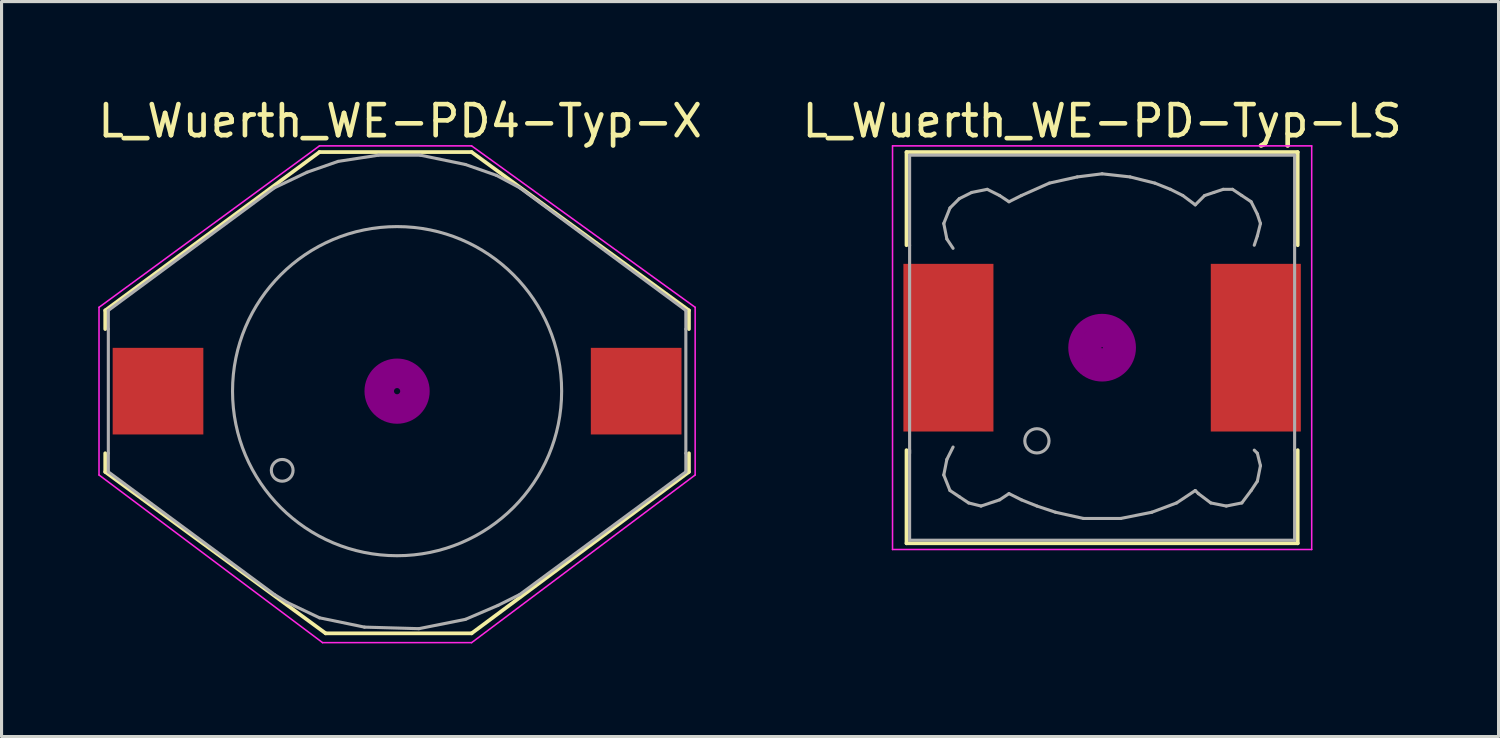
<source format=kicad_pcb>
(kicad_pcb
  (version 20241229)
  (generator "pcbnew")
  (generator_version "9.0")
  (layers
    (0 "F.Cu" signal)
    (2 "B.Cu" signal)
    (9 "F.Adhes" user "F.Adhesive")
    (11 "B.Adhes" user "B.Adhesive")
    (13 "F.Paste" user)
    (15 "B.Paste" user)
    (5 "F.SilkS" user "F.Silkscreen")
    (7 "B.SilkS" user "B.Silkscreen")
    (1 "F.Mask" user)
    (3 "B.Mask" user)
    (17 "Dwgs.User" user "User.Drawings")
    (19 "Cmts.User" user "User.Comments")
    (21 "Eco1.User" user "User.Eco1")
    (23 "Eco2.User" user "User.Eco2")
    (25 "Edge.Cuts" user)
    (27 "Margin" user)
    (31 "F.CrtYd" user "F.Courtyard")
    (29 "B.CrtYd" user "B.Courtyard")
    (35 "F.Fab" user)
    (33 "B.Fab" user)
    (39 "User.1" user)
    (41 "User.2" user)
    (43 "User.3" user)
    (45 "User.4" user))
  (footprint "L_Wuerth_WE-PD-Typ-LS"
    (layer "F.Cu")
    (at 32.446 8.148)
    (property "Reference" "L_Wuerth_WE-PD-Typ-LS" (at 0 -7.3 0) (layer "F.SilkS") (effects (font (size 1 1) (thickness 0.15))))
    (attr smd)
    (fp_line (start -6.3 -6.3) (end 6.3 -6.3) (stroke (width 0.12) (type solid)) (layer "F.SilkS"))
    (fp_line (start -6.3 -3.3) (end -6.3 -6.3) (stroke (width 0.12) (type solid)) (layer "F.SilkS"))
    (fp_line (start -6.3 6.3) (end -6.3 3.3) (stroke (width 0.12) (type solid)) (layer "F.SilkS"))
    (fp_line (start 6.3 -6.3) (end 6.3 -3.3) (stroke (width 0.12) (type solid)) (layer "F.SilkS"))
    (fp_line (start 6.3 3.3) (end 6.3 6.3) (stroke (width 0.12) (type solid)) (layer "F.SilkS"))
    (fp_line (start 6.3 6.3) (end -6.3 6.3) (stroke (width 0.12) (type solid)) (layer "F.SilkS"))
    (fp_circle (center 0 0) (end 0.15 0.15) (stroke (width 0.38) (type solid)) (fill no) (layer "F.Adhes"))
    (fp_circle (center 0 0) (end 0.55 0) (stroke (width 0.38) (type solid)) (fill no) (layer "F.Adhes"))
    (fp_circle (center 0 0) (end 0.9 0) (stroke (width 0.38) (type solid)) (fill no) (layer "F.Adhes"))
    (fp_line (start -6.75 -6.5) (end 6.75 -6.5) (stroke (width 0.05) (type solid)) (layer "F.CrtYd"))
    (fp_line (start -6.75 6.5) (end -6.75 -6.5) (stroke (width 0.05) (type solid)) (layer "F.CrtYd"))
    (fp_line (start 6.75 -6.5) (end 6.75 6.5) (stroke (width 0.05) (type solid)) (layer "F.CrtYd"))
    (fp_line (start 6.75 6.5) (end -6.75 6.5) (stroke (width 0.05) (type solid)) (layer "F.CrtYd"))
    (fp_line (start -6.2 -6.2) (end -6.2 -3.3) (stroke (width 0.1) (type solid)) (layer "F.Fab"))
    (fp_line (start -6.2 -3.3) (end -6.2 3.4) (stroke (width 0.1) (type solid)) (layer "F.Fab"))
    (fp_line (start -6.2 3.3) (end -6.2 6.2) (stroke (width 0.1) (type solid)) (layer "F.Fab"))
    (fp_line (start -6.2 6.2) (end 6.2 6.2) (stroke (width 0.1) (type solid)) (layer "F.Fab"))
    (fp_line (start -5.1 -4) (end -5 -3.5) (stroke (width 0.1) (type solid)) (layer "F.Fab"))
    (fp_line (start -5.1 4.1) (end -5 3.6) (stroke (width 0.1) (type solid)) (layer "F.Fab"))
    (fp_line (start -5 -3.5) (end -4.8 -3.2) (stroke (width 0.1) (type solid)) (layer "F.Fab"))
    (fp_line (start -5 3.6) (end -4.8 3.2) (stroke (width 0.1) (type solid)) (layer "F.Fab"))
    (fp_line (start -4.9 -4.5) (end -5.1 -4) (stroke (width 0.1) (type solid)) (layer "F.Fab"))
    (fp_line (start -4.9 4.6) (end -5.1 4.1) (stroke (width 0.1) (type solid)) (layer "F.Fab"))
    (fp_line (start -4.6 -4.8) (end -4.9 -4.5) (stroke (width 0.1) (type solid)) (layer "F.Fab"))
    (fp_line (start -4.6 4.8) (end -4.9 4.6) (stroke (width 0.1) (type solid)) (layer "F.Fab"))
    (fp_line (start -4.3 5) (end -4.6 4.8) (stroke (width 0.1) (type solid)) (layer "F.Fab"))
    (fp_line (start -4.2 -5) (end -4.6 -4.8) (stroke (width 0.1) (type solid)) (layer "F.Fab"))
    (fp_line (start -3.9 5.1) (end -4.3 5) (stroke (width 0.1) (type solid)) (layer "F.Fab"))
    (fp_line (start -3.7 -5.1) (end -4.2 -5) (stroke (width 0.1) (type solid)) (layer "F.Fab"))
    (fp_line (start -3.3 -4.9) (end -3.7 -5.1) (stroke (width 0.1) (type solid)) (layer "F.Fab"))
    (fp_line (start -3.3 4.9) (end -3.9 5.1) (stroke (width 0.1) (type solid)) (layer "F.Fab"))
    (fp_line (start -3 -4.7) (end -3.3 -4.9) (stroke (width 0.1) (type solid)) (layer "F.Fab"))
    (fp_line (start -3 4.7) (end -3.3 4.9) (stroke (width 0.1) (type solid)) (layer "F.Fab"))
    (fp_line (start -2.6 -4.9) (end -3 -4.7) (stroke (width 0.1) (type solid)) (layer "F.Fab"))
    (fp_line (start -2.6 4.9) (end -3 4.7) (stroke (width 0.1) (type solid)) (layer "F.Fab"))
    (fp_line (start -2.1 5.1) (end -2.6 4.9) (stroke (width 0.1) (type solid)) (layer "F.Fab"))
    (fp_line (start -1.7 -5.3) (end -2.6 -4.9) (stroke (width 0.1) (type solid)) (layer "F.Fab"))
    (fp_line (start -1.5 5.3) (end -2.1 5.1) (stroke (width 0.1) (type solid)) (layer "F.Fab"))
    (fp_line (start -0.8 -5.5) (end -1.7 -5.3) (stroke (width 0.1) (type solid)) (layer "F.Fab"))
    (fp_line (start -0.6 5.5) (end -1.5 5.3) (stroke (width 0.1) (type solid)) (layer "F.Fab"))
    (fp_line (start 0 -5.6) (end -0.8 -5.5) (stroke (width 0.1) (type solid)) (layer "F.Fab"))
    (fp_line (start 0.6 5.5) (end -0.6 5.5) (stroke (width 0.1) (type solid)) (layer "F.Fab"))
    (fp_line (start 0.9 -5.5) (end 0 -5.6) (stroke (width 0.1) (type solid)) (layer "F.Fab"))
    (fp_line (start 1.6 5.3) (end 0.6 5.5) (stroke (width 0.1) (type solid)) (layer "F.Fab"))
    (fp_line (start 1.7 -5.3) (end 0.9 -5.5) (stroke (width 0.1) (type solid)) (layer "F.Fab"))
    (fp_line (start 2.2 -5.1) (end 1.7 -5.3) (stroke (width 0.1) (type solid)) (layer "F.Fab"))
    (fp_line (start 2.4 5) (end 1.6 5.3) (stroke (width 0.1) (type solid)) (layer "F.Fab"))
    (fp_line (start 2.6 -4.9) (end 2.2 -5.1) (stroke (width 0.1) (type solid)) (layer "F.Fab"))
    (fp_line (start 3 -4.6) (end 2.6 -4.9) (stroke (width 0.1) (type solid)) (layer "F.Fab"))
    (fp_line (start 3 4.6) (end 2.4 5) (stroke (width 0.1) (type solid)) (layer "F.Fab"))
    (fp_line (start 3.1 4.7) (end 3 4.6) (stroke (width 0.1) (type solid)) (layer "F.Fab"))
    (fp_line (start 3.3 -4.9) (end 3 -4.6) (stroke (width 0.1) (type solid)) (layer "F.Fab"))
    (fp_line (start 3.5 5) (end 3.1 4.7) (stroke (width 0.1) (type solid)) (layer "F.Fab"))
    (fp_line (start 3.6 -5) (end 3.3 -4.9) (stroke (width 0.1) (type solid)) (layer "F.Fab"))
    (fp_line (start 3.9 -5.1) (end 3.6 -5) (stroke (width 0.1) (type solid)) (layer "F.Fab"))
    (fp_line (start 4 5.1) (end 3.5 5) (stroke (width 0.1) (type solid)) (layer "F.Fab"))
    (fp_line (start 4.2 -5.1) (end 3.9 -5.1) (stroke (width 0.1) (type solid)) (layer "F.Fab"))
    (fp_line (start 4.5 -4.9) (end 4.2 -5.1) (stroke (width 0.1) (type solid)) (layer "F.Fab"))
    (fp_line (start 4.5 5) (end 4 5.1) (stroke (width 0.1) (type solid)) (layer "F.Fab"))
    (fp_line (start 4.8 -4.7) (end 4.5 -4.9) (stroke (width 0.1) (type solid)) (layer "F.Fab"))
    (fp_line (start 4.8 4.6) (end 4.5 5) (stroke (width 0.1) (type solid)) (layer "F.Fab"))
    (fp_line (start 4.9 -3.3) (end 5 -3.6) (stroke (width 0.1) (type solid)) (layer "F.Fab"))
    (fp_line (start 4.9 3.3) (end 5 3.4) (stroke (width 0.1) (type solid)) (layer "F.Fab"))
    (fp_line (start 5 -4.3) (end 4.8 -4.7) (stroke (width 0.1) (type solid)) (layer "F.Fab"))
    (fp_line (start 5 -3.6) (end 5.1 -4) (stroke (width 0.1) (type solid)) (layer "F.Fab"))
    (fp_line (start 5 3.4) (end 5.1 3.8) (stroke (width 0.1) (type solid)) (layer "F.Fab"))
    (fp_line (start 5 4.3) (end 4.8 4.6) (stroke (width 0.1) (type solid)) (layer "F.Fab"))
    (fp_line (start 5.1 -4) (end 5 -4.3) (stroke (width 0.1) (type solid)) (layer "F.Fab"))
    (fp_line (start 5.1 3.8) (end 5 4.3) (stroke (width 0.1) (type solid)) (layer "F.Fab"))
    (fp_line (start 6.2 -6.2) (end -6.2 -6.2) (stroke (width 0.1) (type solid)) (layer "F.Fab"))
    (fp_line (start 6.2 -6.2) (end 6.2 -3.3) (stroke (width 0.1) (type solid)) (layer "F.Fab"))
    (fp_line (start 6.2 3.3) (end 6.2 -3.3) (stroke (width 0.1) (type solid)) (layer "F.Fab"))
    (fp_line (start 6.2 6.2) (end 6.2 3.3) (stroke (width 0.1) (type solid)) (layer "F.Fab"))
    (fp_circle (center -2.1 3) (end -1.8 3.25) (stroke (width 0.1) (type solid)) (fill no) (layer "F.Fab"))
    (pad "1" smd rect (at -4.95 0) (size 2.9 5.4) (layers "F.Cu" "F.Mask" "F.Paste"))
    (pad "2" smd rect (at 4.95 0) (size 2.9 5.4) (layers "F.Cu" "F.Mask" "F.Paste")))
  (footprint "L_Wuerth_WE-PD4-Typ-X"
    (layer "F.Cu")
    (at 9.739 9.548)
    (property "Reference" "L_Wuerth_WE-PD4-Typ-X" (at 0.1 -8.7 0) (layer "F.SilkS") (effects (font (size 1 1) (thickness 0.15))))
    (attr smd)
    (fp_line (start -9.4 -2.6) (end -2.5 -7.7) (stroke (width 0.12) (type solid)) (layer "F.SilkS"))
    (fp_line (start -9.4 -2) (end -9.4 -2.6) (stroke (width 0.12) (type solid)) (layer "F.SilkS"))
    (fp_line (start -9.4 2.6) (end -9.4 2) (stroke (width 0.12) (type solid)) (layer "F.SilkS"))
    (fp_line (start -9.4 2.6) (end -2.3 7.8) (stroke (width 0.12) (type solid)) (layer "F.SilkS"))
    (fp_line (start -2.5 -7.7) (end 2.4 -7.7) (stroke (width 0.12) (type solid)) (layer "F.SilkS"))
    (fp_line (start -2.3 7.8) (end 2.4 7.8) (stroke (width 0.12) (type solid)) (layer "F.SilkS"))
    (fp_line (start 2.4 -7.7) (end 9.4 -2.6) (stroke (width 0.12) (type solid)) (layer "F.SilkS"))
    (fp_line (start 2.4 7.8) (end 9.4 2.6) (stroke (width 0.12) (type solid)) (layer "F.SilkS"))
    (fp_line (start 9.4 -2) (end 9.4 -2.6) (stroke (width 0.12) (type solid)) (layer "F.SilkS"))
    (fp_line (start 9.4 2.6) (end 9.4 2) (stroke (width 0.12) (type solid)) (layer "F.SilkS"))
    (fp_circle (center 0 0) (end 0.1 0) (stroke (width 0.3) (type solid)) (fill no) (layer "F.Adhes"))
    (fp_circle (center 0 0) (end 0.3 0) (stroke (width 0.3) (type solid)) (fill no) (layer "F.Adhes"))
    (fp_circle (center 0 0) (end 0.5 0) (stroke (width 0.3) (type solid)) (fill no) (layer "F.Adhes"))
    (fp_circle (center 0 0) (end 0.7 0) (stroke (width 0.3) (type solid)) (fill no) (layer "F.Adhes"))
    (fp_circle (center 0 0) (end 0.9 0) (stroke (width 0.3) (type solid)) (fill no) (layer "F.Adhes"))
    (fp_line (start -9.6 -2.7) (end -2.5 -7.9) (stroke (width 0.05) (type solid)) (layer "F.CrtYd"))
    (fp_line (start -9.6 2.7) (end -9.6 -2.7) (stroke (width 0.05) (type solid)) (layer "F.CrtYd"))
    (fp_line (start -2.5 -7.9) (end 2.4 -7.9) (stroke (width 0.05) (type solid)) (layer "F.CrtYd"))
    (fp_line (start -2.4 8.1) (end -9.6 2.7) (stroke (width 0.05) (type solid)) (layer "F.CrtYd"))
    (fp_line (start 2.4 -7.9) (end 9.6 -2.7) (stroke (width 0.05) (type solid)) (layer "F.CrtYd"))
    (fp_line (start 2.4 8.1) (end -2.4 8.1) (stroke (width 0.05) (type solid)) (layer "F.CrtYd"))
    (fp_line (start 9.6 -2.7) (end 9.6 2.7) (stroke (width 0.05) (type solid)) (layer "F.CrtYd"))
    (fp_line (start 9.6 2.7) (end 2.4 8.1) (stroke (width 0.05) (type solid)) (layer "F.CrtYd"))
    (fp_line (start -9.3 -2.6) (end -9.3 -2) (stroke (width 0.1) (type solid)) (layer "F.Fab"))
    (fp_line (start -9.3 -2.6) (end -3.95 -6.55) (stroke (width 0.1) (type solid)) (layer "F.Fab"))
    (fp_line (start -9.3 2) (end -9.3 -2) (stroke (width 0.1) (type solid)) (layer "F.Fab"))
    (fp_line (start -9.3 2) (end -9.3 2.6) (stroke (width 0.1) (type solid)) (layer "F.Fab"))
    (fp_line (start -9.3 2.6) (end -3.95 6.55) (stroke (width 0.1) (type solid)) (layer "F.Fab"))
    (fp_line (start -3.95 -6.55) (end -2.9 -7.05) (stroke (width 0.1) (type solid)) (layer "F.Fab"))
    (fp_line (start -3.55 6.8) (end -3.95 6.55) (stroke (width 0.1) (type solid)) (layer "F.Fab"))
    (fp_line (start -2.9 -7.05) (end -1.9 -7.4) (stroke (width 0.1) (type solid)) (layer "F.Fab"))
    (fp_line (start -2.5 7.3) (end -3.55 6.8) (stroke (width 0.1) (type solid)) (layer "F.Fab"))
    (fp_line (start -1.9 -7.4) (end -0.6 -7.6) (stroke (width 0.1) (type solid)) (layer "F.Fab"))
    (fp_line (start -1.05 7.6) (end -2.5 7.3) (stroke (width 0.1) (type solid)) (layer "F.Fab"))
    (fp_line (start -0.6 -7.6) (end 0.75 -7.6) (stroke (width 0.1) (type solid)) (layer "F.Fab"))
    (fp_line (start 0.7 7.65) (end -1.05 7.6) (stroke (width 0.1) (type solid)) (layer "F.Fab"))
    (fp_line (start 0.75 -7.6) (end 2.2 -7.3) (stroke (width 0.1) (type solid)) (layer "F.Fab"))
    (fp_line (start 2.2 -7.3) (end 3.2 -6.95) (stroke (width 0.1) (type solid)) (layer "F.Fab"))
    (fp_line (start 2.2 7.35) (end 0.7 7.65) (stroke (width 0.1) (type solid)) (layer "F.Fab"))
    (fp_line (start 3.2 -6.95) (end 3.95 -6.55) (stroke (width 0.1) (type solid)) (layer "F.Fab"))
    (fp_line (start 3.25 6.9) (end 2.2 7.35) (stroke (width 0.1) (type solid)) (layer "F.Fab"))
    (fp_line (start 3.95 -6.55) (end 9.3 -2.6) (stroke (width 0.1) (type solid)) (layer "F.Fab"))
    (fp_line (start 3.95 6.55) (end 3.25 6.9) (stroke (width 0.1) (type solid)) (layer "F.Fab"))
    (fp_line (start 9.3 -2) (end 9.3 -2.6) (stroke (width 0.1) (type solid)) (layer "F.Fab"))
    (fp_line (start 9.3 -2) (end 9.3 2) (stroke (width 0.1) (type solid)) (layer "F.Fab"))
    (fp_line (start 9.3 2) (end 9.3 2.6) (stroke (width 0.1) (type solid)) (layer "F.Fab"))
    (fp_line (start 9.3 2.6) (end 3.95 6.55) (stroke (width 0.1) (type solid)) (layer "F.Fab"))
    (fp_circle (center -3.7 2.55) (end -3.7 2.2) (stroke (width 0.1) (type solid)) (fill no) (layer "F.Fab"))
    (fp_circle (center 0 0) (end 0 -5.3) (stroke (width 0.1) (type solid)) (fill no) (layer "F.Fab"))
    (pad "1" smd rect (at -7.7 0 90) (size 2.79 2.92) (layers "F.Cu" "F.Mask" "F.Paste"))
    (pad "2" smd rect (at 7.7 0 90) (size 2.79 2.92) (layers "F.Cu" "F.Mask" "F.Paste")))
  (gr_rect
    (start -3 -3)
    (end 45.214 20.673)
    (stroke (width 0.1) (type default))
    (fill no)
    (layer "Edge.Cuts")))
</source>
